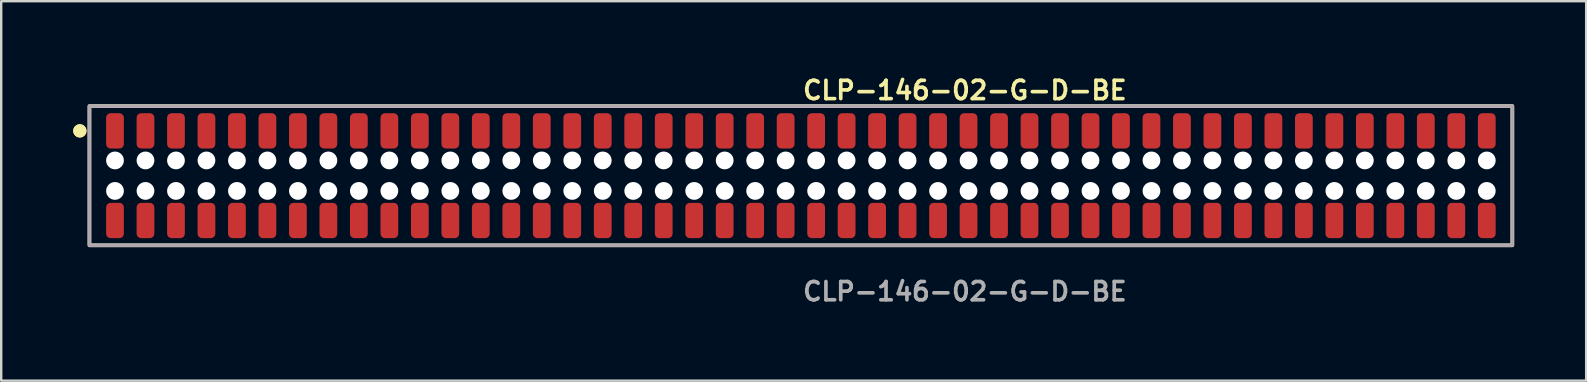
<source format=kicad_pcb>
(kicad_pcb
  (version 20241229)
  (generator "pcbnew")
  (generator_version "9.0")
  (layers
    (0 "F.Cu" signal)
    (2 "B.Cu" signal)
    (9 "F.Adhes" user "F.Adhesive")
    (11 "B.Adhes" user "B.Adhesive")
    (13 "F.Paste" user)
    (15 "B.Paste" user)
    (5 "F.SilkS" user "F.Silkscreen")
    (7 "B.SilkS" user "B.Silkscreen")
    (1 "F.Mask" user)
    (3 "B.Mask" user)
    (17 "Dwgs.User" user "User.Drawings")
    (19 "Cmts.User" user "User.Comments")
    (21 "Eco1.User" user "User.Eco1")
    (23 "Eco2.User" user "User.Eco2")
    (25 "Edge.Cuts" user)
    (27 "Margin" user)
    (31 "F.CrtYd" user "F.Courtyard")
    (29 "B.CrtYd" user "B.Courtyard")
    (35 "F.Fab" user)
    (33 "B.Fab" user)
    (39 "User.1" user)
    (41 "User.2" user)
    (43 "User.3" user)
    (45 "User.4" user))
  (footprint "CLP-146-02-G-D-BE"
    (layer "F.Cu")
    (at 30.316 4.269)
    (property "Reference" "CLP-146-02-G-D-BE" (at 0 -3.556 0) (unlocked yes) (layer "F.SilkS") (effects (font (size 0.762 0.762) (thickness 0.152)) (justify left)))
    (fp_rect (start -29.64 2.9) (end 29.64 -2.9) (stroke (width 0.152) (type solid)) (fill no) (layer "F.SilkS"))
    (fp_circle (center -30.04 -1.867) (end -30.24 -1.867) (stroke (width 0.152) (type solid)) (fill yes) (layer "F.SilkS"))
    (fp_circle (center -30.04 -1.867) (end -30.24 -1.867) (stroke (width 0.152) (type solid)) (fill yes) (layer "F.SilkS"))
    (fp_rect (start -29.64 2.9) (end 29.64 -2.9) (stroke (width 0.006) (type solid)) (fill no) (layer "F.CrtYd"))
    (fp_rect (start -29.64 2.9) (end 29.64 -2.9) (stroke (width 0.152) (type solid)) (fill no) (layer "F.Fab"))
    (fp_text user "${REFERENCE}" (at 0 4.826 0) (unlocked yes) (layer "F.Fab") (effects (font (size 0.762 0.762) (thickness 0.152)) (justify left)))
    (pad "" np_thru_hole circle (at -28.575 -0.635) (size 0.74 0.74) (drill 0.74) (layers "*.Cu" "*.Mask"))
    (pad "" np_thru_hole circle (at -28.575 0.635) (size 0.74 0.74) (drill 0.74) (layers "*.Cu" "*.Mask"))
    (pad "" np_thru_hole circle (at -27.305 -0.635) (size 0.74 0.74) (drill 0.74) (layers "*.Cu" "*.Mask"))
    (pad "" np_thru_hole circle (at -27.305 0.635) (size 0.74 0.74) (drill 0.74) (layers "*.Cu" "*.Mask"))
    (pad "" np_thru_hole circle (at -26.035 -0.635) (size 0.74 0.74) (drill 0.74) (layers "*.Cu" "*.Mask"))
    (pad "" np_thru_hole circle (at -26.035 0.635) (size 0.74 0.74) (drill 0.74) (layers "*.Cu" "*.Mask"))
    (pad "" np_thru_hole circle (at -24.765 -0.635) (size 0.74 0.74) (drill 0.74) (layers "*.Cu" "*.Mask"))
    (pad "" np_thru_hole circle (at -24.765 0.635) (size 0.74 0.74) (drill 0.74) (layers "*.Cu" "*.Mask"))
    (pad "" np_thru_hole circle (at -23.495 -0.635) (size 0.74 0.74) (drill 0.74) (layers "*.Cu" "*.Mask"))
    (pad "" np_thru_hole circle (at -23.495 0.635) (size 0.74 0.74) (drill 0.74) (layers "*.Cu" "*.Mask"))
    (pad "" np_thru_hole circle (at -22.225 -0.635) (size 0.74 0.74) (drill 0.74) (layers "*.Cu" "*.Mask"))
    (pad "" np_thru_hole circle (at -22.225 0.635) (size 0.74 0.74) (drill 0.74) (layers "*.Cu" "*.Mask"))
    (pad "" np_thru_hole circle (at -20.955 -0.635) (size 0.74 0.74) (drill 0.74) (layers "*.Cu" "*.Mask"))
    (pad "" np_thru_hole circle (at -20.955 0.635) (size 0.74 0.74) (drill 0.74) (layers "*.Cu" "*.Mask"))
    (pad "" np_thru_hole circle (at -19.685 -0.635) (size 0.74 0.74) (drill 0.74) (layers "*.Cu" "*.Mask"))
    (pad "" np_thru_hole circle (at -19.685 0.635) (size 0.74 0.74) (drill 0.74) (layers "*.Cu" "*.Mask"))
    (pad "" np_thru_hole circle (at -18.415 -0.635) (size 0.74 0.74) (drill 0.74) (layers "*.Cu" "*.Mask"))
    (pad "" np_thru_hole circle (at -18.415 0.635) (size 0.74 0.74) (drill 0.74) (layers "*.Cu" "*.Mask"))
    (pad "" np_thru_hole circle (at -17.145 -0.635) (size 0.74 0.74) (drill 0.74) (layers "*.Cu" "*.Mask"))
    (pad "" np_thru_hole circle (at -17.145 0.635) (size 0.74 0.74) (drill 0.74) (layers "*.Cu" "*.Mask"))
    (pad "" np_thru_hole circle (at -15.875 -0.635) (size 0.74 0.74) (drill 0.74) (layers "*.Cu" "*.Mask"))
    (pad "" np_thru_hole circle (at -15.875 0.635) (size 0.74 0.74) (drill 0.74) (layers "*.Cu" "*.Mask"))
    (pad "" np_thru_hole circle (at -14.605 -0.635) (size 0.74 0.74) (drill 0.74) (layers "*.Cu" "*.Mask"))
    (pad "" np_thru_hole circle (at -14.605 0.635) (size 0.74 0.74) (drill 0.74) (layers "*.Cu" "*.Mask"))
    (pad "" np_thru_hole circle (at -13.335 -0.635) (size 0.74 0.74) (drill 0.74) (layers "*.Cu" "*.Mask"))
    (pad "" np_thru_hole circle (at -13.335 0.635) (size 0.74 0.74) (drill 0.74) (layers "*.Cu" "*.Mask"))
    (pad "" np_thru_hole circle (at -12.065 -0.635) (size 0.74 0.74) (drill 0.74) (layers "*.Cu" "*.Mask"))
    (pad "" np_thru_hole circle (at -12.065 0.635) (size 0.74 0.74) (drill 0.74) (layers "*.Cu" "*.Mask"))
    (pad "" np_thru_hole circle (at -10.795 -0.635) (size 0.74 0.74) (drill 0.74) (layers "*.Cu" "*.Mask"))
    (pad "" np_thru_hole circle (at -10.795 0.635) (size 0.74 0.74) (drill 0.74) (layers "*.Cu" "*.Mask"))
    (pad "" np_thru_hole circle (at -9.525 -0.635) (size 0.74 0.74) (drill 0.74) (layers "*.Cu" "*.Mask"))
    (pad "" np_thru_hole circle (at -9.525 0.635) (size 0.74 0.74) (drill 0.74) (layers "*.Cu" "*.Mask"))
    (pad "" np_thru_hole circle (at -8.255 -0.635) (size 0.74 0.74) (drill 0.74) (layers "*.Cu" "*.Mask"))
    (pad "" np_thru_hole circle (at -8.255 0.635) (size 0.74 0.74) (drill 0.74) (layers "*.Cu" "*.Mask"))
    (pad "" np_thru_hole circle (at -6.985 -0.635) (size 0.74 0.74) (drill 0.74) (layers "*.Cu" "*.Mask"))
    (pad "" np_thru_hole circle (at -6.985 0.635) (size 0.74 0.74) (drill 0.74) (layers "*.Cu" "*.Mask"))
    (pad "" np_thru_hole circle (at -5.715 -0.635) (size 0.74 0.74) (drill 0.74) (layers "*.Cu" "*.Mask"))
    (pad "" np_thru_hole circle (at -5.715 0.635) (size 0.74 0.74) (drill 0.74) (layers "*.Cu" "*.Mask"))
    (pad "" np_thru_hole circle (at -4.445 -0.635) (size 0.74 0.74) (drill 0.74) (layers "*.Cu" "*.Mask"))
    (pad "" np_thru_hole circle (at -4.445 0.635) (size 0.74 0.74) (drill 0.74) (layers "*.Cu" "*.Mask"))
    (pad "" np_thru_hole circle (at -3.175 -0.635) (size 0.74 0.74) (drill 0.74) (layers "*.Cu" "*.Mask"))
    (pad "" np_thru_hole circle (at -3.175 0.635) (size 0.74 0.74) (drill 0.74) (layers "*.Cu" "*.Mask"))
    (pad "" np_thru_hole circle (at -1.905 -0.635) (size 0.74 0.74) (drill 0.74) (layers "*.Cu" "*.Mask"))
    (pad "" np_thru_hole circle (at -1.905 0.635) (size 0.74 0.74) (drill 0.74) (layers "*.Cu" "*.Mask"))
    (pad "" np_thru_hole circle (at -0.635 -0.635) (size 0.74 0.74) (drill 0.74) (layers "*.Cu" "*.Mask"))
    (pad "" np_thru_hole circle (at -0.635 0.635) (size 0.74 0.74) (drill 0.74) (layers "*.Cu" "*.Mask"))
    (pad "" np_thru_hole circle (at 0.635 -0.635) (size 0.74 0.74) (drill 0.74) (layers "*.Cu" "*.Mask"))
    (pad "" np_thru_hole circle (at 0.635 0.635) (size 0.74 0.74) (drill 0.74) (layers "*.Cu" "*.Mask"))
    (pad "" np_thru_hole circle (at 1.905 -0.635) (size 0.74 0.74) (drill 0.74) (layers "*.Cu" "*.Mask"))
    (pad "" np_thru_hole circle (at 1.905 0.635) (size 0.74 0.74) (drill 0.74) (layers "*.Cu" "*.Mask"))
    (pad "" np_thru_hole circle (at 3.175 -0.635) (size 0.74 0.74) (drill 0.74) (layers "*.Cu" "*.Mask"))
    (pad "" np_thru_hole circle (at 3.175 0.635) (size 0.74 0.74) (drill 0.74) (layers "*.Cu" "*.Mask"))
    (pad "" np_thru_hole circle (at 4.445 -0.635) (size 0.74 0.74) (drill 0.74) (layers "*.Cu" "*.Mask"))
    (pad "" np_thru_hole circle (at 4.445 0.635) (size 0.74 0.74) (drill 0.74) (layers "*.Cu" "*.Mask"))
    (pad "" np_thru_hole circle (at 5.715 -0.635) (size 0.74 0.74) (drill 0.74) (layers "*.Cu" "*.Mask"))
    (pad "" np_thru_hole circle (at 5.715 0.635) (size 0.74 0.74) (drill 0.74) (layers "*.Cu" "*.Mask"))
    (pad "" np_thru_hole circle (at 6.985 -0.635) (size 0.74 0.74) (drill 0.74) (layers "*.Cu" "*.Mask"))
    (pad "" np_thru_hole circle (at 6.985 0.635) (size 0.74 0.74) (drill 0.74) (layers "*.Cu" "*.Mask"))
    (pad "" np_thru_hole circle (at 8.255 -0.635) (size 0.74 0.74) (drill 0.74) (layers "*.Cu" "*.Mask"))
    (pad "" np_thru_hole circle (at 8.255 0.635) (size 0.74 0.74) (drill 0.74) (layers "*.Cu" "*.Mask"))
    (pad "" np_thru_hole circle (at 9.525 -0.635) (size 0.74 0.74) (drill 0.74) (layers "*.Cu" "*.Mask"))
    (pad "" np_thru_hole circle (at 9.525 0.635) (size 0.74 0.74) (drill 0.74) (layers "*.Cu" "*.Mask"))
    (pad "" np_thru_hole circle (at 10.795 -0.635) (size 0.74 0.74) (drill 0.74) (layers "*.Cu" "*.Mask"))
    (pad "" np_thru_hole circle (at 10.795 0.635) (size 0.74 0.74) (drill 0.74) (layers "*.Cu" "*.Mask"))
    (pad "" np_thru_hole circle (at 12.065 -0.635) (size 0.74 0.74) (drill 0.74) (layers "*.Cu" "*.Mask"))
    (pad "" np_thru_hole circle (at 12.065 0.635) (size 0.74 0.74) (drill 0.74) (layers "*.Cu" "*.Mask"))
    (pad "" np_thru_hole circle (at 13.335 -0.635) (size 0.74 0.74) (drill 0.74) (layers "*.Cu" "*.Mask"))
    (pad "" np_thru_hole circle (at 13.335 0.635) (size 0.74 0.74) (drill 0.74) (layers "*.Cu" "*.Mask"))
    (pad "" np_thru_hole circle (at 14.605 -0.635) (size 0.74 0.74) (drill 0.74) (layers "*.Cu" "*.Mask"))
    (pad "" np_thru_hole circle (at 14.605 0.635) (size 0.74 0.74) (drill 0.74) (layers "*.Cu" "*.Mask"))
    (pad "" np_thru_hole circle (at 15.875 -0.635) (size 0.74 0.74) (drill 0.74) (layers "*.Cu" "*.Mask"))
    (pad "" np_thru_hole circle (at 15.875 0.635) (size 0.74 0.74) (drill 0.74) (layers "*.Cu" "*.Mask"))
    (pad "" np_thru_hole circle (at 17.145 -0.635) (size 0.74 0.74) (drill 0.74) (layers "*.Cu" "*.Mask"))
    (pad "" np_thru_hole circle (at 17.145 0.635) (size 0.74 0.74) (drill 0.74) (layers "*.Cu" "*.Mask"))
    (pad "" np_thru_hole circle (at 18.415 -0.635) (size 0.74 0.74) (drill 0.74) (layers "*.Cu" "*.Mask"))
    (pad "" np_thru_hole circle (at 18.415 0.635) (size 0.74 0.74) (drill 0.74) (layers "*.Cu" "*.Mask"))
    (pad "" np_thru_hole circle (at 19.685 -0.635) (size 0.74 0.74) (drill 0.74) (layers "*.Cu" "*.Mask"))
    (pad "" np_thru_hole circle (at 19.685 0.635) (size 0.74 0.74) (drill 0.74) (layers "*.Cu" "*.Mask"))
    (pad "" np_thru_hole circle (at 20.955 -0.635) (size 0.74 0.74) (drill 0.74) (layers "*.Cu" "*.Mask"))
    (pad "" np_thru_hole circle (at 20.955 0.635) (size 0.74 0.74) (drill 0.74) (layers "*.Cu" "*.Mask"))
    (pad "" np_thru_hole circle (at 22.225 -0.635) (size 0.74 0.74) (drill 0.74) (layers "*.Cu" "*.Mask"))
    (pad "" np_thru_hole circle (at 22.225 0.635) (size 0.74 0.74) (drill 0.74) (layers "*.Cu" "*.Mask"))
    (pad "" np_thru_hole circle (at 23.495 -0.635) (size 0.74 0.74) (drill 0.74) (layers "*.Cu" "*.Mask"))
    (pad "" np_thru_hole circle (at 23.495 0.635) (size 0.74 0.74) (drill 0.74) (layers "*.Cu" "*.Mask"))
    (pad "" np_thru_hole circle (at 24.765 -0.635) (size 0.74 0.74) (drill 0.74) (layers "*.Cu" "*.Mask"))
    (pad "" np_thru_hole circle (at 24.765 0.635) (size 0.74 0.74) (drill 0.74) (layers "*.Cu" "*.Mask"))
    (pad "" np_thru_hole circle (at 26.035 -0.635) (size 0.74 0.74) (drill 0.74) (layers "*.Cu" "*.Mask"))
    (pad "" np_thru_hole circle (at 26.035 0.635) (size 0.74 0.74) (drill 0.74) (layers "*.Cu" "*.Mask"))
    (pad "" np_thru_hole circle (at 27.305 -0.635) (size 0.74 0.74) (drill 0.74) (layers "*.Cu" "*.Mask"))
    (pad "" np_thru_hole circle (at 27.305 0.635) (size 0.74 0.74) (drill 0.74) (layers "*.Cu" "*.Mask"))
    (pad "" np_thru_hole circle (at 28.575 -0.635) (size 0.74 0.74) (drill 0.74) (layers "*.Cu" "*.Mask"))
    (pad "" np_thru_hole circle (at 28.575 0.635) (size 0.74 0.74) (drill 0.74) (layers "*.Cu" "*.Mask"))
    (pad "1" smd roundrect (at -28.575 -1.867) (size 0.74 1.47) (layers "F.Cu" "F.Paste") (roundrect_rratio 0.25))
    (pad "2" smd roundrect (at -28.575 1.867) (size 0.74 1.47) (layers "F.Cu" "F.Paste") (roundrect_rratio 0.25))
    (pad "3" smd roundrect (at -27.305 -1.867) (size 0.74 1.47) (layers "F.Cu" "F.Paste") (roundrect_rratio 0.25))
    (pad "4" smd roundrect (at -27.305 1.867) (size 0.74 1.47) (layers "F.Cu" "F.Paste") (roundrect_rratio 0.25))
    (pad "5" smd roundrect (at -26.035 -1.867) (size 0.74 1.47) (layers "F.Cu" "F.Paste") (roundrect_rratio 0.25))
    (pad "6" smd roundrect (at -26.035 1.867) (size 0.74 1.47) (layers "F.Cu" "F.Paste") (roundrect_rratio 0.25))
    (pad "7" smd roundrect (at -24.765 -1.867) (size 0.74 1.47) (layers "F.Cu" "F.Paste") (roundrect_rratio 0.25))
    (pad "8" smd roundrect (at -24.765 1.867) (size 0.74 1.47) (layers "F.Cu" "F.Paste") (roundrect_rratio 0.25))
    (pad "9" smd roundrect (at -23.495 -1.867) (size 0.74 1.47) (layers "F.Cu" "F.Paste") (roundrect_rratio 0.25))
    (pad "10" smd roundrect (at -23.495 1.867) (size 0.74 1.47) (layers "F.Cu" "F.Paste") (roundrect_rratio 0.25))
    (pad "11" smd roundrect (at -22.225 -1.867) (size 0.74 1.47) (layers "F.Cu" "F.Paste") (roundrect_rratio 0.25))
    (pad "12" smd roundrect (at -22.225 1.867) (size 0.74 1.47) (layers "F.Cu" "F.Paste") (roundrect_rratio 0.25))
    (pad "13" smd roundrect (at -20.955 -1.867) (size 0.74 1.47) (layers "F.Cu" "F.Paste") (roundrect_rratio 0.25))
    (pad "14" smd roundrect (at -20.955 1.867) (size 0.74 1.47) (layers "F.Cu" "F.Paste") (roundrect_rratio 0.25))
    (pad "15" smd roundrect (at -19.685 -1.867) (size 0.74 1.47) (layers "F.Cu" "F.Paste") (roundrect_rratio 0.25))
    (pad "16" smd roundrect (at -19.685 1.867) (size 0.74 1.47) (layers "F.Cu" "F.Paste") (roundrect_rratio 0.25))
    (pad "17" smd roundrect (at -18.415 -1.867) (size 0.74 1.47) (layers "F.Cu" "F.Paste") (roundrect_rratio 0.25))
    (pad "18" smd roundrect (at -18.415 1.867) (size 0.74 1.47) (layers "F.Cu" "F.Paste") (roundrect_rratio 0.25))
    (pad "19" smd roundrect (at -17.145 -1.867) (size 0.74 1.47) (layers "F.Cu" "F.Paste") (roundrect_rratio 0.25))
    (pad "20" smd roundrect (at -17.145 1.867) (size 0.74 1.47) (layers "F.Cu" "F.Paste") (roundrect_rratio 0.25))
    (pad "21" smd roundrect (at -15.875 -1.867) (size 0.74 1.47) (layers "F.Cu" "F.Paste") (roundrect_rratio 0.25))
    (pad "22" smd roundrect (at -15.875 1.867) (size 0.74 1.47) (layers "F.Cu" "F.Paste") (roundrect_rratio 0.25))
    (pad "23" smd roundrect (at -14.605 -1.867) (size 0.74 1.47) (layers "F.Cu" "F.Paste") (roundrect_rratio 0.25))
    (pad "24" smd roundrect (at -14.605 1.867) (size 0.74 1.47) (layers "F.Cu" "F.Paste") (roundrect_rratio 0.25))
    (pad "25" smd roundrect (at -13.335 -1.867) (size 0.74 1.47) (layers "F.Cu" "F.Paste") (roundrect_rratio 0.25))
    (pad "26" smd roundrect (at -13.335 1.867) (size 0.74 1.47) (layers "F.Cu" "F.Paste") (roundrect_rratio 0.25))
    (pad "27" smd roundrect (at -12.065 -1.867) (size 0.74 1.47) (layers "F.Cu" "F.Paste") (roundrect_rratio 0.25))
    (pad "28" smd roundrect (at -12.065 1.867) (size 0.74 1.47) (layers "F.Cu" "F.Paste") (roundrect_rratio 0.25))
    (pad "29" smd roundrect (at -10.795 -1.867) (size 0.74 1.47) (layers "F.Cu" "F.Paste") (roundrect_rratio 0.25))
    (pad "30" smd roundrect (at -10.795 1.867) (size 0.74 1.47) (layers "F.Cu" "F.Paste") (roundrect_rratio 0.25))
    (pad "31" smd roundrect (at -9.525 -1.867) (size 0.74 1.47) (layers "F.Cu" "F.Paste") (roundrect_rratio 0.25))
    (pad "32" smd roundrect (at -9.525 1.867) (size 0.74 1.47) (layers "F.Cu" "F.Paste") (roundrect_rratio 0.25))
    (pad "33" smd roundrect (at -8.255 -1.867) (size 0.74 1.47) (layers "F.Cu" "F.Paste") (roundrect_rratio 0.25))
    (pad "34" smd roundrect (at -8.255 1.867) (size 0.74 1.47) (layers "F.Cu" "F.Paste") (roundrect_rratio 0.25))
    (pad "35" smd roundrect (at -6.985 -1.867) (size 0.74 1.47) (layers "F.Cu" "F.Paste") (roundrect_rratio 0.25))
    (pad "36" smd roundrect (at -6.985 1.867) (size 0.74 1.47) (layers "F.Cu" "F.Paste") (roundrect_rratio 0.25))
    (pad "37" smd roundrect (at -5.715 -1.867) (size 0.74 1.47) (layers "F.Cu" "F.Paste") (roundrect_rratio 0.25))
    (pad "38" smd roundrect (at -5.715 1.867) (size 0.74 1.47) (layers "F.Cu" "F.Paste") (roundrect_rratio 0.25))
    (pad "39" smd roundrect (at -4.445 -1.867) (size 0.74 1.47) (layers "F.Cu" "F.Paste") (roundrect_rratio 0.25))
    (pad "40" smd roundrect (at -4.445 1.867) (size 0.74 1.47) (layers "F.Cu" "F.Paste") (roundrect_rratio 0.25))
    (pad "41" smd roundrect (at -3.175 -1.867) (size 0.74 1.47) (layers "F.Cu" "F.Paste") (roundrect_rratio 0.25))
    (pad "42" smd roundrect (at -3.175 1.867) (size 0.74 1.47) (layers "F.Cu" "F.Paste") (roundrect_rratio 0.25))
    (pad "43" smd roundrect (at -1.905 -1.867) (size 0.74 1.47) (layers "F.Cu" "F.Paste") (roundrect_rratio 0.25))
    (pad "44" smd roundrect (at -1.905 1.867) (size 0.74 1.47) (layers "F.Cu" "F.Paste") (roundrect_rratio 0.25))
    (pad "45" smd roundrect (at -0.635 -1.867) (size 0.74 1.47) (layers "F.Cu" "F.Paste") (roundrect_rratio 0.25))
    (pad "46" smd roundrect (at -0.635 1.867) (size 0.74 1.47) (layers "F.Cu" "F.Paste") (roundrect_rratio 0.25))
    (pad "47" smd roundrect (at 0.635 -1.867) (size 0.74 1.47) (layers "F.Cu" "F.Paste") (roundrect_rratio 0.25))
    (pad "48" smd roundrect (at 0.635 1.867) (size 0.74 1.47) (layers "F.Cu" "F.Paste") (roundrect_rratio 0.25))
    (pad "49" smd roundrect (at 1.905 -1.867) (size 0.74 1.47) (layers "F.Cu" "F.Paste") (roundrect_rratio 0.25))
    (pad "50" smd roundrect (at 1.905 1.867) (size 0.74 1.47) (layers "F.Cu" "F.Paste") (roundrect_rratio 0.25))
    (pad "51" smd roundrect (at 3.175 -1.867) (size 0.74 1.47) (layers "F.Cu" "F.Paste") (roundrect_rratio 0.25))
    (pad "52" smd roundrect (at 3.175 1.867) (size 0.74 1.47) (layers "F.Cu" "F.Paste") (roundrect_rratio 0.25))
    (pad "53" smd roundrect (at 4.445 -1.867) (size 0.74 1.47) (layers "F.Cu" "F.Paste") (roundrect_rratio 0.25))
    (pad "54" smd roundrect (at 4.445 1.867) (size 0.74 1.47) (layers "F.Cu" "F.Paste") (roundrect_rratio 0.25))
    (pad "55" smd roundrect (at 5.715 -1.867) (size 0.74 1.47) (layers "F.Cu" "F.Paste") (roundrect_rratio 0.25))
    (pad "56" smd roundrect (at 5.715 1.867) (size 0.74 1.47) (layers "F.Cu" "F.Paste") (roundrect_rratio 0.25))
    (pad "57" smd roundrect (at 6.985 -1.867) (size 0.74 1.47) (layers "F.Cu" "F.Paste") (roundrect_rratio 0.25))
    (pad "58" smd roundrect (at 6.985 1.867) (size 0.74 1.47) (layers "F.Cu" "F.Paste") (roundrect_rratio 0.25))
    (pad "59" smd roundrect (at 8.255 -1.867) (size 0.74 1.47) (layers "F.Cu" "F.Paste") (roundrect_rratio 0.25))
    (pad "60" smd roundrect (at 8.255 1.867) (size 0.74 1.47) (layers "F.Cu" "F.Paste") (roundrect_rratio 0.25))
    (pad "61" smd roundrect (at 9.525 -1.867) (size 0.74 1.47) (layers "F.Cu" "F.Paste") (roundrect_rratio 0.25))
    (pad "62" smd roundrect (at 9.525 1.867) (size 0.74 1.47) (layers "F.Cu" "F.Paste") (roundrect_rratio 0.25))
    (pad "63" smd roundrect (at 10.795 -1.867) (size 0.74 1.47) (layers "F.Cu" "F.Paste") (roundrect_rratio 0.25))
    (pad "64" smd roundrect (at 10.795 1.867) (size 0.74 1.47) (layers "F.Cu" "F.Paste") (roundrect_rratio 0.25))
    (pad "65" smd roundrect (at 12.065 -1.867) (size 0.74 1.47) (layers "F.Cu" "F.Paste") (roundrect_rratio 0.25))
    (pad "66" smd roundrect (at 12.065 1.867) (size 0.74 1.47) (layers "F.Cu" "F.Paste") (roundrect_rratio 0.25))
    (pad "67" smd roundrect (at 13.335 -1.867) (size 0.74 1.47) (layers "F.Cu" "F.Paste") (roundrect_rratio 0.25))
    (pad "68" smd roundrect (at 13.335 1.867) (size 0.74 1.47) (layers "F.Cu" "F.Paste") (roundrect_rratio 0.25))
    (pad "69" smd roundrect (at 14.605 -1.867) (size 0.74 1.47) (layers "F.Cu" "F.Paste") (roundrect_rratio 0.25))
    (pad "70" smd roundrect (at 14.605 1.867) (size 0.74 1.47) (layers "F.Cu" "F.Paste") (roundrect_rratio 0.25))
    (pad "71" smd roundrect (at 15.875 -1.867) (size 0.74 1.47) (layers "F.Cu" "F.Paste") (roundrect_rratio 0.25))
    (pad "72" smd roundrect (at 15.875 1.867) (size 0.74 1.47) (layers "F.Cu" "F.Paste") (roundrect_rratio 0.25))
    (pad "73" smd roundrect (at 17.145 -1.867) (size 0.74 1.47) (layers "F.Cu" "F.Paste") (roundrect_rratio 0.25))
    (pad "74" smd roundrect (at 17.145 1.867) (size 0.74 1.47) (layers "F.Cu" "F.Paste") (roundrect_rratio 0.25))
    (pad "75" smd roundrect (at 18.415 -1.867) (size 0.74 1.47) (layers "F.Cu" "F.Paste") (roundrect_rratio 0.25))
    (pad "76" smd roundrect (at 18.415 1.867) (size 0.74 1.47) (layers "F.Cu" "F.Paste") (roundrect_rratio 0.25))
    (pad "77" smd roundrect (at 19.685 -1.867) (size 0.74 1.47) (layers "F.Cu" "F.Paste") (roundrect_rratio 0.25))
    (pad "78" smd roundrect (at 19.685 1.867) (size 0.74 1.47) (layers "F.Cu" "F.Paste") (roundrect_rratio 0.25))
    (pad "79" smd roundrect (at 20.955 -1.867) (size 0.74 1.47) (layers "F.Cu" "F.Paste") (roundrect_rratio 0.25))
    (pad "80" smd roundrect (at 20.955 1.867) (size 0.74 1.47) (layers "F.Cu" "F.Paste") (roundrect_rratio 0.25))
    (pad "81" smd roundrect (at 22.225 -1.867) (size 0.74 1.47) (layers "F.Cu" "F.Paste") (roundrect_rratio 0.25))
    (pad "82" smd roundrect (at 22.225 1.867) (size 0.74 1.47) (layers "F.Cu" "F.Paste") (roundrect_rratio 0.25))
    (pad "83" smd roundrect (at 23.495 -1.867) (size 0.74 1.47) (layers "F.Cu" "F.Paste") (roundrect_rratio 0.25))
    (pad "84" smd roundrect (at 23.495 1.867) (size 0.74 1.47) (layers "F.Cu" "F.Paste") (roundrect_rratio 0.25))
    (pad "85" smd roundrect (at 24.765 -1.867) (size 0.74 1.47) (layers "F.Cu" "F.Paste") (roundrect_rratio 0.25))
    (pad "86" smd roundrect (at 24.765 1.867) (size 0.74 1.47) (layers "F.Cu" "F.Paste") (roundrect_rratio 0.25))
    (pad "87" smd roundrect (at 26.035 -1.867) (size 0.74 1.47) (layers "F.Cu" "F.Paste") (roundrect_rratio 0.25))
    (pad "88" smd roundrect (at 26.035 1.867) (size 0.74 1.47) (layers "F.Cu" "F.Paste") (roundrect_rratio 0.25))
    (pad "89" smd roundrect (at 27.305 -1.867) (size 0.74 1.47) (layers "F.Cu" "F.Paste") (roundrect_rratio 0.25))
    (pad "90" smd roundrect (at 27.305 1.867) (size 0.74 1.47) (layers "F.Cu" "F.Paste") (roundrect_rratio 0.25))
    (pad "91" smd roundrect (at 28.575 -1.867) (size 0.74 1.47) (layers "F.Cu" "F.Paste") (roundrect_rratio 0.25))
    (pad "92" smd roundrect (at 28.575 1.867) (size 0.74 1.47) (layers "F.Cu" "F.Paste") (roundrect_rratio 0.25)))
  (gr_rect
    (start -3 -3)
    (end 63.032 12.808)
    (stroke (width 0.1) (type default))
    (fill no)
    (layer "Edge.Cuts")))
</source>
